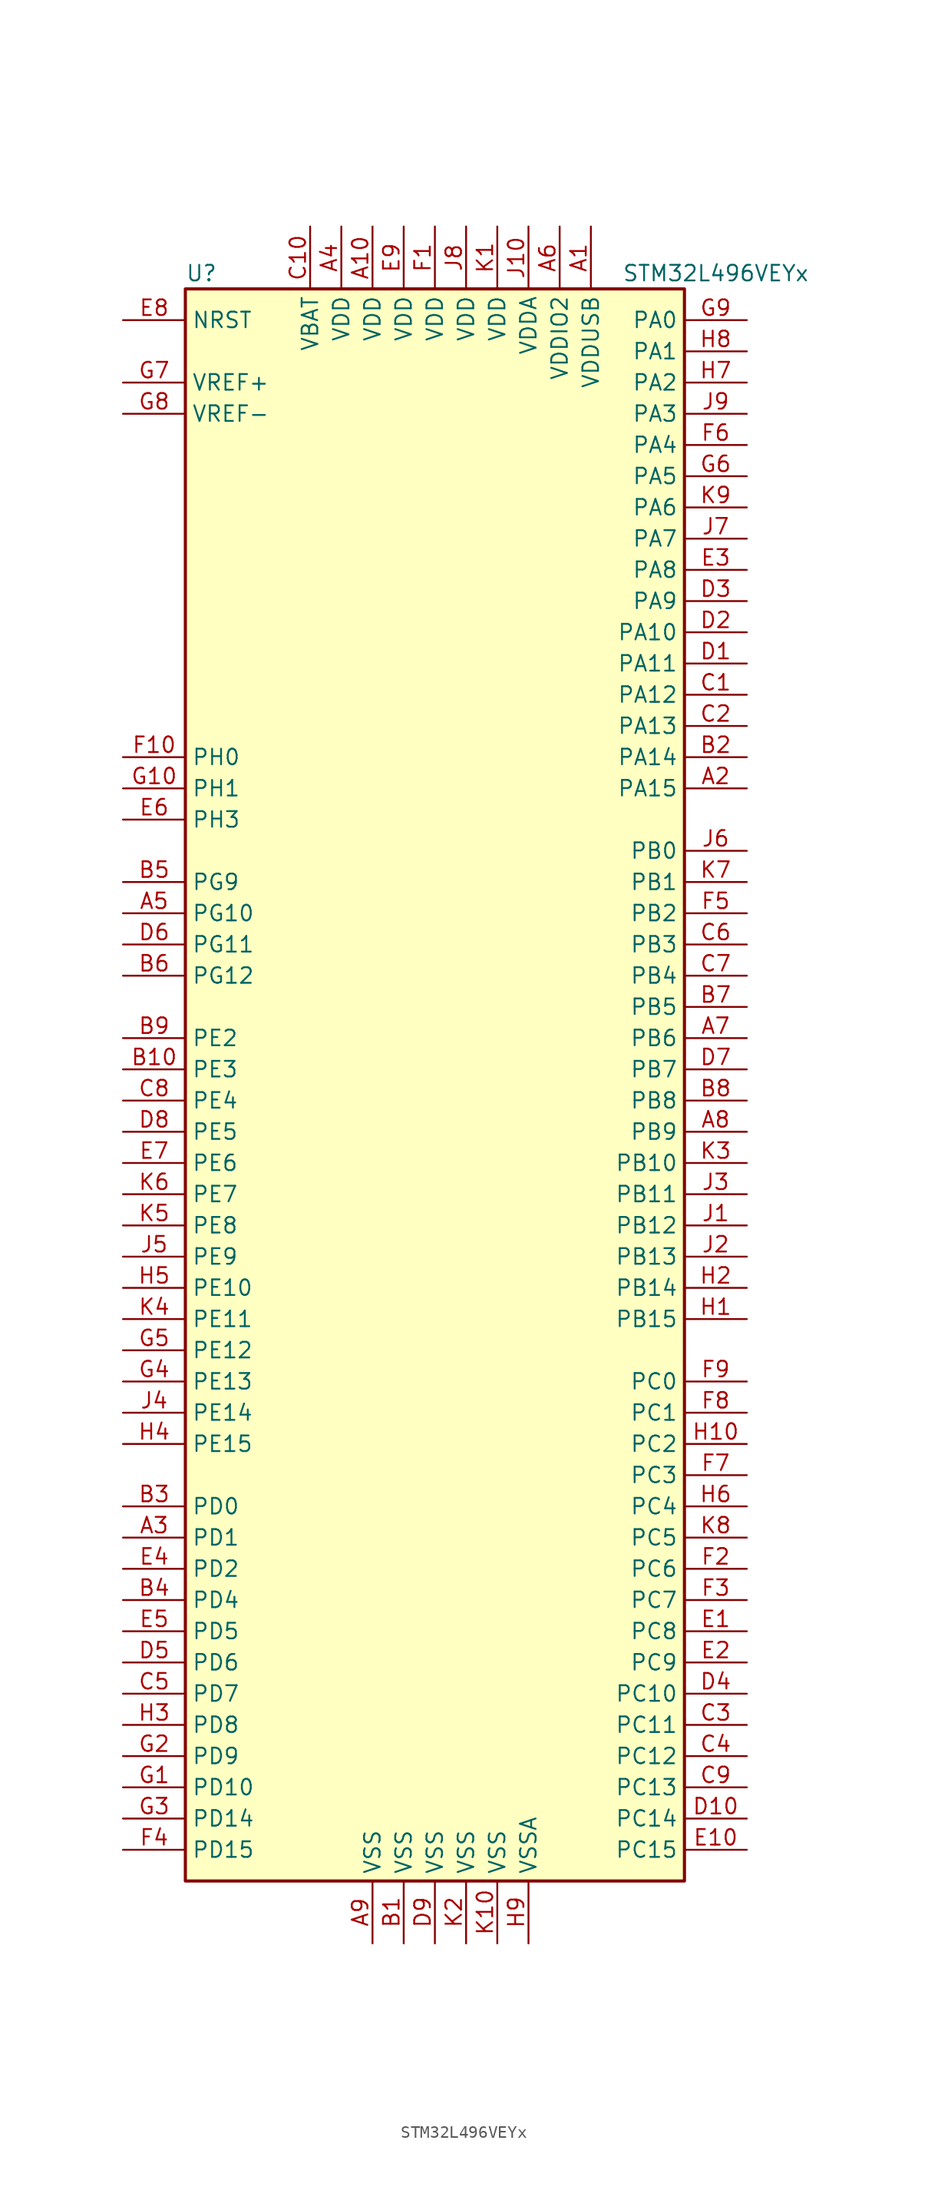
<source format=kicad_sym>
(kicad_symbol_lib
  (version 20201005)
  (generator kicad_symbol_editor)
  (symbol "STM32L496VEYx"
    (property "Reference" "U"
      (at -20.32 64.77 0)
      (effects (font (size 1.27 1.27)) (justify left)))
    (property "Value" "STM32L496VEYx"
      (at 15.24 64.77 0)
      (effects (font (size 1.27 1.27)) (justify left)))
    (symbol "STM32L496VEYx_0_1"
      (rectangle (start -20.32 -66.04) (end 20.32 63.5) (stroke (width 0.254)) (fill (type background))))
    (symbol "STM32L496VEYx_1_1"
      (pin power_in line (at 12.7 68.58 270) (length 5.08) (name "VDDUSB" (effects (font (size 1.27 1.27)))) (number "A1" (effects (font (size 1.27 1.27)))))
      (pin power_in line (at -5.08 68.58 270) (length 5.08) (name "VDD" (effects (font (size 1.27 1.27)))) (number "A10" (effects (font (size 1.27 1.27)))))
      (pin bidirectional line (at 25.4 22.86 180) (length 5.08) (name "PA15" (effects (font (size 1.27 1.27)))) (number "A2" (effects (font (size 1.27 1.27)))))
      (pin bidirectional line (at -25.4 -38.1 0) (length 5.08) (name "PD1" (effects (font (size 1.27 1.27)))) (number "A3" (effects (font (size 1.27 1.27)))))
      (pin power_in line (at -7.62 68.58 270) (length 5.08) (name "VDD" (effects (font (size 1.27 1.27)))) (number "A4" (effects (font (size 1.27 1.27)))))
      (pin bidirectional line (at -25.4 12.7 0) (length 5.08) (name "PG10" (effects (font (size 1.27 1.27)))) (number "A5" (effects (font (size 1.27 1.27)))))
      (pin power_in line (at 10.16 68.58 270) (length 5.08) (name "VDDIO2" (effects (font (size 1.27 1.27)))) (number "A6" (effects (font (size 1.27 1.27)))))
      (pin bidirectional line (at 25.4 2.54 180) (length 5.08) (name "PB6" (effects (font (size 1.27 1.27)))) (number "A7" (effects (font (size 1.27 1.27)))))
      (pin bidirectional line (at 25.4 -5.08 180) (length 5.08) (name "PB9" (effects (font (size 1.27 1.27)))) (number "A8" (effects (font (size 1.27 1.27)))))
      (pin power_in line (at -5.08 -71.12 90) (length 5.08) (name "VSS" (effects (font (size 1.27 1.27)))) (number "A9" (effects (font (size 1.27 1.27)))))
      (pin power_in line (at -2.54 -71.12 90) (length 5.08) (name "VSS" (effects (font (size 1.27 1.27)))) (number "B1" (effects (font (size 1.27 1.27)))))
      (pin bidirectional line (at -25.4 0 0) (length 5.08) (name "PE3" (effects (font (size 1.27 1.27)))) (number "B10" (effects (font (size 1.27 1.27)))))
      (pin bidirectional line (at 25.4 25.4 180) (length 5.08) (name "PA14" (effects (font (size 1.27 1.27)))) (number "B2" (effects (font (size 1.27 1.27)))))
      (pin bidirectional line (at -25.4 -35.56 0) (length 5.08) (name "PD0" (effects (font (size 1.27 1.27)))) (number "B3" (effects (font (size 1.27 1.27)))))
      (pin bidirectional line (at -25.4 -43.18 0) (length 5.08) (name "PD4" (effects (font (size 1.27 1.27)))) (number "B4" (effects (font (size 1.27 1.27)))))
      (pin bidirectional line (at -25.4 15.24 0) (length 5.08) (name "PG9" (effects (font (size 1.27 1.27)))) (number "B5" (effects (font (size 1.27 1.27)))))
      (pin bidirectional line (at -25.4 7.62 0) (length 5.08) (name "PG12" (effects (font (size 1.27 1.27)))) (number "B6" (effects (font (size 1.27 1.27)))))
      (pin bidirectional line (at 25.4 5.08 180) (length 5.08) (name "PB5" (effects (font (size 1.27 1.27)))) (number "B7" (effects (font (size 1.27 1.27)))))
      (pin bidirectional line (at 25.4 -2.54 180) (length 5.08) (name "PB8" (effects (font (size 1.27 1.27)))) (number "B8" (effects (font (size 1.27 1.27)))))
      (pin bidirectional line (at -25.4 2.54 0) (length 5.08) (name "PE2" (effects (font (size 1.27 1.27)))) (number "B9" (effects (font (size 1.27 1.27)))))
      (pin bidirectional line (at 25.4 30.48 180) (length 5.08) (name "PA12" (effects (font (size 1.27 1.27)))) (number "C1" (effects (font (size 1.27 1.27)))))
      (pin power_in line (at -10.16 68.58 270) (length 5.08) (name "VBAT" (effects (font (size 1.27 1.27)))) (number "C10" (effects (font (size 1.27 1.27)))))
      (pin bidirectional line (at 25.4 27.94 180) (length 5.08) (name "PA13" (effects (font (size 1.27 1.27)))) (number "C2" (effects (font (size 1.27 1.27)))))
      (pin bidirectional line (at 25.4 -53.34 180) (length 5.08) (name "PC11" (effects (font (size 1.27 1.27)))) (number "C3" (effects (font (size 1.27 1.27)))))
      (pin bidirectional line (at 25.4 -55.88 180) (length 5.08) (name "PC12" (effects (font (size 1.27 1.27)))) (number "C4" (effects (font (size 1.27 1.27)))))
      (pin bidirectional line (at -25.4 -50.8 0) (length 5.08) (name "PD7" (effects (font (size 1.27 1.27)))) (number "C5" (effects (font (size 1.27 1.27)))))
      (pin bidirectional line (at 25.4 10.16 180) (length 5.08) (name "PB3" (effects (font (size 1.27 1.27)))) (number "C6" (effects (font (size 1.27 1.27)))))
      (pin bidirectional line (at 25.4 7.62 180) (length 5.08) (name "PB4" (effects (font (size 1.27 1.27)))) (number "C7" (effects (font (size 1.27 1.27)))))
      (pin bidirectional line (at -25.4 -2.54 0) (length 5.08) (name "PE4" (effects (font (size 1.27 1.27)))) (number "C8" (effects (font (size 1.27 1.27)))))
      (pin bidirectional line (at 25.4 -58.42 180) (length 5.08) (name "PC13" (effects (font (size 1.27 1.27)))) (number "C9" (effects (font (size 1.27 1.27)))))
      (pin bidirectional line (at 25.4 33.02 180) (length 5.08) (name "PA11" (effects (font (size 1.27 1.27)))) (number "D1" (effects (font (size 1.27 1.27)))))
      (pin bidirectional line (at 25.4 -60.96 180) (length 5.08) (name "PC14" (effects (font (size 1.27 1.27)))) (number "D10" (effects (font (size 1.27 1.27)))))
      (pin bidirectional line (at 25.4 35.56 180) (length 5.08) (name "PA10" (effects (font (size 1.27 1.27)))) (number "D2" (effects (font (size 1.27 1.27)))))
      (pin bidirectional line (at 25.4 38.1 180) (length 5.08) (name "PA9" (effects (font (size 1.27 1.27)))) (number "D3" (effects (font (size 1.27 1.27)))))
      (pin bidirectional line (at 25.4 -50.8 180) (length 5.08) (name "PC10" (effects (font (size 1.27 1.27)))) (number "D4" (effects (font (size 1.27 1.27)))))
      (pin bidirectional line (at -25.4 -48.26 0) (length 5.08) (name "PD6" (effects (font (size 1.27 1.27)))) (number "D5" (effects (font (size 1.27 1.27)))))
      (pin bidirectional line (at -25.4 10.16 0) (length 5.08) (name "PG11" (effects (font (size 1.27 1.27)))) (number "D6" (effects (font (size 1.27 1.27)))))
      (pin bidirectional line (at 25.4 0 180) (length 5.08) (name "PB7" (effects (font (size 1.27 1.27)))) (number "D7" (effects (font (size 1.27 1.27)))))
      (pin bidirectional line (at -25.4 -5.08 0) (length 5.08) (name "PE5" (effects (font (size 1.27 1.27)))) (number "D8" (effects (font (size 1.27 1.27)))))
      (pin power_in line (at 0 -71.12 90) (length 5.08) (name "VSS" (effects (font (size 1.27 1.27)))) (number "D9" (effects (font (size 1.27 1.27)))))
      (pin bidirectional line (at 25.4 -45.72 180) (length 5.08) (name "PC8" (effects (font (size 1.27 1.27)))) (number "E1" (effects (font (size 1.27 1.27)))))
      (pin bidirectional line (at 25.4 -63.5 180) (length 5.08) (name "PC15" (effects (font (size 1.27 1.27)))) (number "E10" (effects (font (size 1.27 1.27)))))
      (pin bidirectional line (at 25.4 -48.26 180) (length 5.08) (name "PC9" (effects (font (size 1.27 1.27)))) (number "E2" (effects (font (size 1.27 1.27)))))
      (pin bidirectional line (at 25.4 40.64 180) (length 5.08) (name "PA8" (effects (font (size 1.27 1.27)))) (number "E3" (effects (font (size 1.27 1.27)))))
      (pin bidirectional line (at -25.4 -40.64 0) (length 5.08) (name "PD2" (effects (font (size 1.27 1.27)))) (number "E4" (effects (font (size 1.27 1.27)))))
      (pin bidirectional line (at -25.4 -45.72 0) (length 5.08) (name "PD5" (effects (font (size 1.27 1.27)))) (number "E5" (effects (font (size 1.27 1.27)))))
      (pin bidirectional line (at -25.4 20.32 0) (length 5.08) (name "PH3" (effects (font (size 1.27 1.27)))) (number "E6" (effects (font (size 1.27 1.27)))))
      (pin bidirectional line (at -25.4 -7.62 0) (length 5.08) (name "PE6" (effects (font (size 1.27 1.27)))) (number "E7" (effects (font (size 1.27 1.27)))))
      (pin input line (at -25.4 60.96 0) (length 5.08) (name "NRST" (effects (font (size 1.27 1.27)))) (number "E8" (effects (font (size 1.27 1.27)))))
      (pin power_in line (at -2.54 68.58 270) (length 5.08) (name "VDD" (effects (font (size 1.27 1.27)))) (number "E9" (effects (font (size 1.27 1.27)))))
      (pin power_in line (at 0 68.58 270) (length 5.08) (name "VDD" (effects (font (size 1.27 1.27)))) (number "F1" (effects (font (size 1.27 1.27)))))
      (pin input line (at -25.4 25.4 0) (length 5.08) (name "PH0" (effects (font (size 1.27 1.27)))) (number "F10" (effects (font (size 1.27 1.27)))))
      (pin bidirectional line (at 25.4 -40.64 180) (length 5.08) (name "PC6" (effects (font (size 1.27 1.27)))) (number "F2" (effects (font (size 1.27 1.27)))))
      (pin bidirectional line (at 25.4 -43.18 180) (length 5.08) (name "PC7" (effects (font (size 1.27 1.27)))) (number "F3" (effects (font (size 1.27 1.27)))))
      (pin bidirectional line (at -25.4 -63.5 0) (length 5.08) (name "PD15" (effects (font (size 1.27 1.27)))) (number "F4" (effects (font (size 1.27 1.27)))))
      (pin bidirectional line (at 25.4 12.7 180) (length 5.08) (name "PB2" (effects (font (size 1.27 1.27)))) (number "F5" (effects (font (size 1.27 1.27)))))
      (pin bidirectional line (at 25.4 50.8 180) (length 5.08) (name "PA4" (effects (font (size 1.27 1.27)))) (number "F6" (effects (font (size 1.27 1.27)))))
      (pin bidirectional line (at 25.4 -33.02 180) (length 5.08) (name "PC3" (effects (font (size 1.27 1.27)))) (number "F7" (effects (font (size 1.27 1.27)))))
      (pin bidirectional line (at 25.4 -27.94 180) (length 5.08) (name "PC1" (effects (font (size 1.27 1.27)))) (number "F8" (effects (font (size 1.27 1.27)))))
      (pin bidirectional line (at 25.4 -25.4 180) (length 5.08) (name "PC0" (effects (font (size 1.27 1.27)))) (number "F9" (effects (font (size 1.27 1.27)))))
      (pin bidirectional line (at -25.4 -58.42 0) (length 5.08) (name "PD10" (effects (font (size 1.27 1.27)))) (number "G1" (effects (font (size 1.27 1.27)))))
      (pin input line (at -25.4 22.86 0) (length 5.08) (name "PH1" (effects (font (size 1.27 1.27)))) (number "G10" (effects (font (size 1.27 1.27)))))
      (pin bidirectional line (at -25.4 -55.88 0) (length 5.08) (name "PD9" (effects (font (size 1.27 1.27)))) (number "G2" (effects (font (size 1.27 1.27)))))
      (pin bidirectional line (at -25.4 -60.96 0) (length 5.08) (name "PD14" (effects (font (size 1.27 1.27)))) (number "G3" (effects (font (size 1.27 1.27)))))
      (pin bidirectional line (at -25.4 -25.4 0) (length 5.08) (name "PE13" (effects (font (size 1.27 1.27)))) (number "G4" (effects (font (size 1.27 1.27)))))
      (pin bidirectional line (at -25.4 -22.86 0) (length 5.08) (name "PE12" (effects (font (size 1.27 1.27)))) (number "G5" (effects (font (size 1.27 1.27)))))
      (pin bidirectional line (at 25.4 48.26 180) (length 5.08) (name "PA5" (effects (font (size 1.27 1.27)))) (number "G6" (effects (font (size 1.27 1.27)))))
      (pin bidirectional line (at -25.4 55.88 0) (length 5.08) (name "VREF+" (effects (font (size 1.27 1.27)))) (number "G7" (effects (font (size 1.27 1.27)))))
      (pin power_in line (at -25.4 53.34 0) (length 5.08) (name "VREF-" (effects (font (size 1.27 1.27)))) (number "G8" (effects (font (size 1.27 1.27)))))
      (pin bidirectional line (at 25.4 60.96 180) (length 5.08) (name "PA0" (effects (font (size 1.27 1.27)))) (number "G9" (effects (font (size 1.27 1.27)))))
      (pin bidirectional line (at 25.4 -20.32 180) (length 5.08) (name "PB15" (effects (font (size 1.27 1.27)))) (number "H1" (effects (font (size 1.27 1.27)))))
      (pin bidirectional line (at 25.4 -30.48 180) (length 5.08) (name "PC2" (effects (font (size 1.27 1.27)))) (number "H10" (effects (font (size 1.27 1.27)))))
      (pin bidirectional line (at 25.4 -17.78 180) (length 5.08) (name "PB14" (effects (font (size 1.27 1.27)))) (number "H2" (effects (font (size 1.27 1.27)))))
      (pin bidirectional line (at -25.4 -53.34 0) (length 5.08) (name "PD8" (effects (font (size 1.27 1.27)))) (number "H3" (effects (font (size 1.27 1.27)))))
      (pin bidirectional line (at -25.4 -30.48 0) (length 5.08) (name "PE15" (effects (font (size 1.27 1.27)))) (number "H4" (effects (font (size 1.27 1.27)))))
      (pin bidirectional line (at -25.4 -17.78 0) (length 5.08) (name "PE10" (effects (font (size 1.27 1.27)))) (number "H5" (effects (font (size 1.27 1.27)))))
      (pin bidirectional line (at 25.4 -35.56 180) (length 5.08) (name "PC4" (effects (font (size 1.27 1.27)))) (number "H6" (effects (font (size 1.27 1.27)))))
      (pin bidirectional line (at 25.4 55.88 180) (length 5.08) (name "PA2" (effects (font (size 1.27 1.27)))) (number "H7" (effects (font (size 1.27 1.27)))))
      (pin bidirectional line (at 25.4 58.42 180) (length 5.08) (name "PA1" (effects (font (size 1.27 1.27)))) (number "H8" (effects (font (size 1.27 1.27)))))
      (pin power_in line (at 7.62 -71.12 90) (length 5.08) (name "VSSA" (effects (font (size 1.27 1.27)))) (number "H9" (effects (font (size 1.27 1.27)))))
      (pin bidirectional line (at 25.4 -12.7 180) (length 5.08) (name "PB12" (effects (font (size 1.27 1.27)))) (number "J1" (effects (font (size 1.27 1.27)))))
      (pin power_in line (at 7.62 68.58 270) (length 5.08) (name "VDDA" (effects (font (size 1.27 1.27)))) (number "J10" (effects (font (size 1.27 1.27)))))
      (pin bidirectional line (at 25.4 -15.24 180) (length 5.08) (name "PB13" (effects (font (size 1.27 1.27)))) (number "J2" (effects (font (size 1.27 1.27)))))
      (pin bidirectional line (at 25.4 -10.16 180) (length 5.08) (name "PB11" (effects (font (size 1.27 1.27)))) (number "J3" (effects (font (size 1.27 1.27)))))
      (pin bidirectional line (at -25.4 -27.94 0) (length 5.08) (name "PE14" (effects (font (size 1.27 1.27)))) (number "J4" (effects (font (size 1.27 1.27)))))
      (pin bidirectional line (at -25.4 -15.24 0) (length 5.08) (name "PE9" (effects (font (size 1.27 1.27)))) (number "J5" (effects (font (size 1.27 1.27)))))
      (pin bidirectional line (at 25.4 17.78 180) (length 5.08) (name "PB0" (effects (font (size 1.27 1.27)))) (number "J6" (effects (font (size 1.27 1.27)))))
      (pin bidirectional line (at 25.4 43.18 180) (length 5.08) (name "PA7" (effects (font (size 1.27 1.27)))) (number "J7" (effects (font (size 1.27 1.27)))))
      (pin power_in line (at 2.54 68.58 270) (length 5.08) (name "VDD" (effects (font (size 1.27 1.27)))) (number "J8" (effects (font (size 1.27 1.27)))))
      (pin bidirectional line (at 25.4 53.34 180) (length 5.08) (name "PA3" (effects (font (size 1.27 1.27)))) (number "J9" (effects (font (size 1.27 1.27)))))
      (pin power_in line (at 5.08 68.58 270) (length 5.08) (name "VDD" (effects (font (size 1.27 1.27)))) (number "K1" (effects (font (size 1.27 1.27)))))
      (pin power_in line (at 5.08 -71.12 90) (length 5.08) (name "VSS" (effects (font (size 1.27 1.27)))) (number "K10" (effects (font (size 1.27 1.27)))))
      (pin power_in line (at 2.54 -71.12 90) (length 5.08) (name "VSS" (effects (font (size 1.27 1.27)))) (number "K2" (effects (font (size 1.27 1.27)))))
      (pin bidirectional line (at 25.4 -7.62 180) (length 5.08) (name "PB10" (effects (font (size 1.27 1.27)))) (number "K3" (effects (font (size 1.27 1.27)))))
      (pin bidirectional line (at -25.4 -20.32 0) (length 5.08) (name "PE11" (effects (font (size 1.27 1.27)))) (number "K4" (effects (font (size 1.27 1.27)))))
      (pin bidirectional line (at -25.4 -12.7 0) (length 5.08) (name "PE8" (effects (font (size 1.27 1.27)))) (number "K5" (effects (font (size 1.27 1.27)))))
      (pin bidirectional line (at -25.4 -10.16 0) (length 5.08) (name "PE7" (effects (font (size 1.27 1.27)))) (number "K6" (effects (font (size 1.27 1.27)))))
      (pin bidirectional line (at 25.4 15.24 180) (length 5.08) (name "PB1" (effects (font (size 1.27 1.27)))) (number "K7" (effects (font (size 1.27 1.27)))))
      (pin bidirectional line (at 25.4 -38.1 180) (length 5.08) (name "PC5" (effects (font (size 1.27 1.27)))) (number "K8" (effects (font (size 1.27 1.27)))))
      (pin bidirectional line (at 25.4 45.72 180) (length 5.08) (name "PA6" (effects (font (size 1.27 1.27)))) (number "K9" (effects (font (size 1.27 1.27))))))))
</source>
